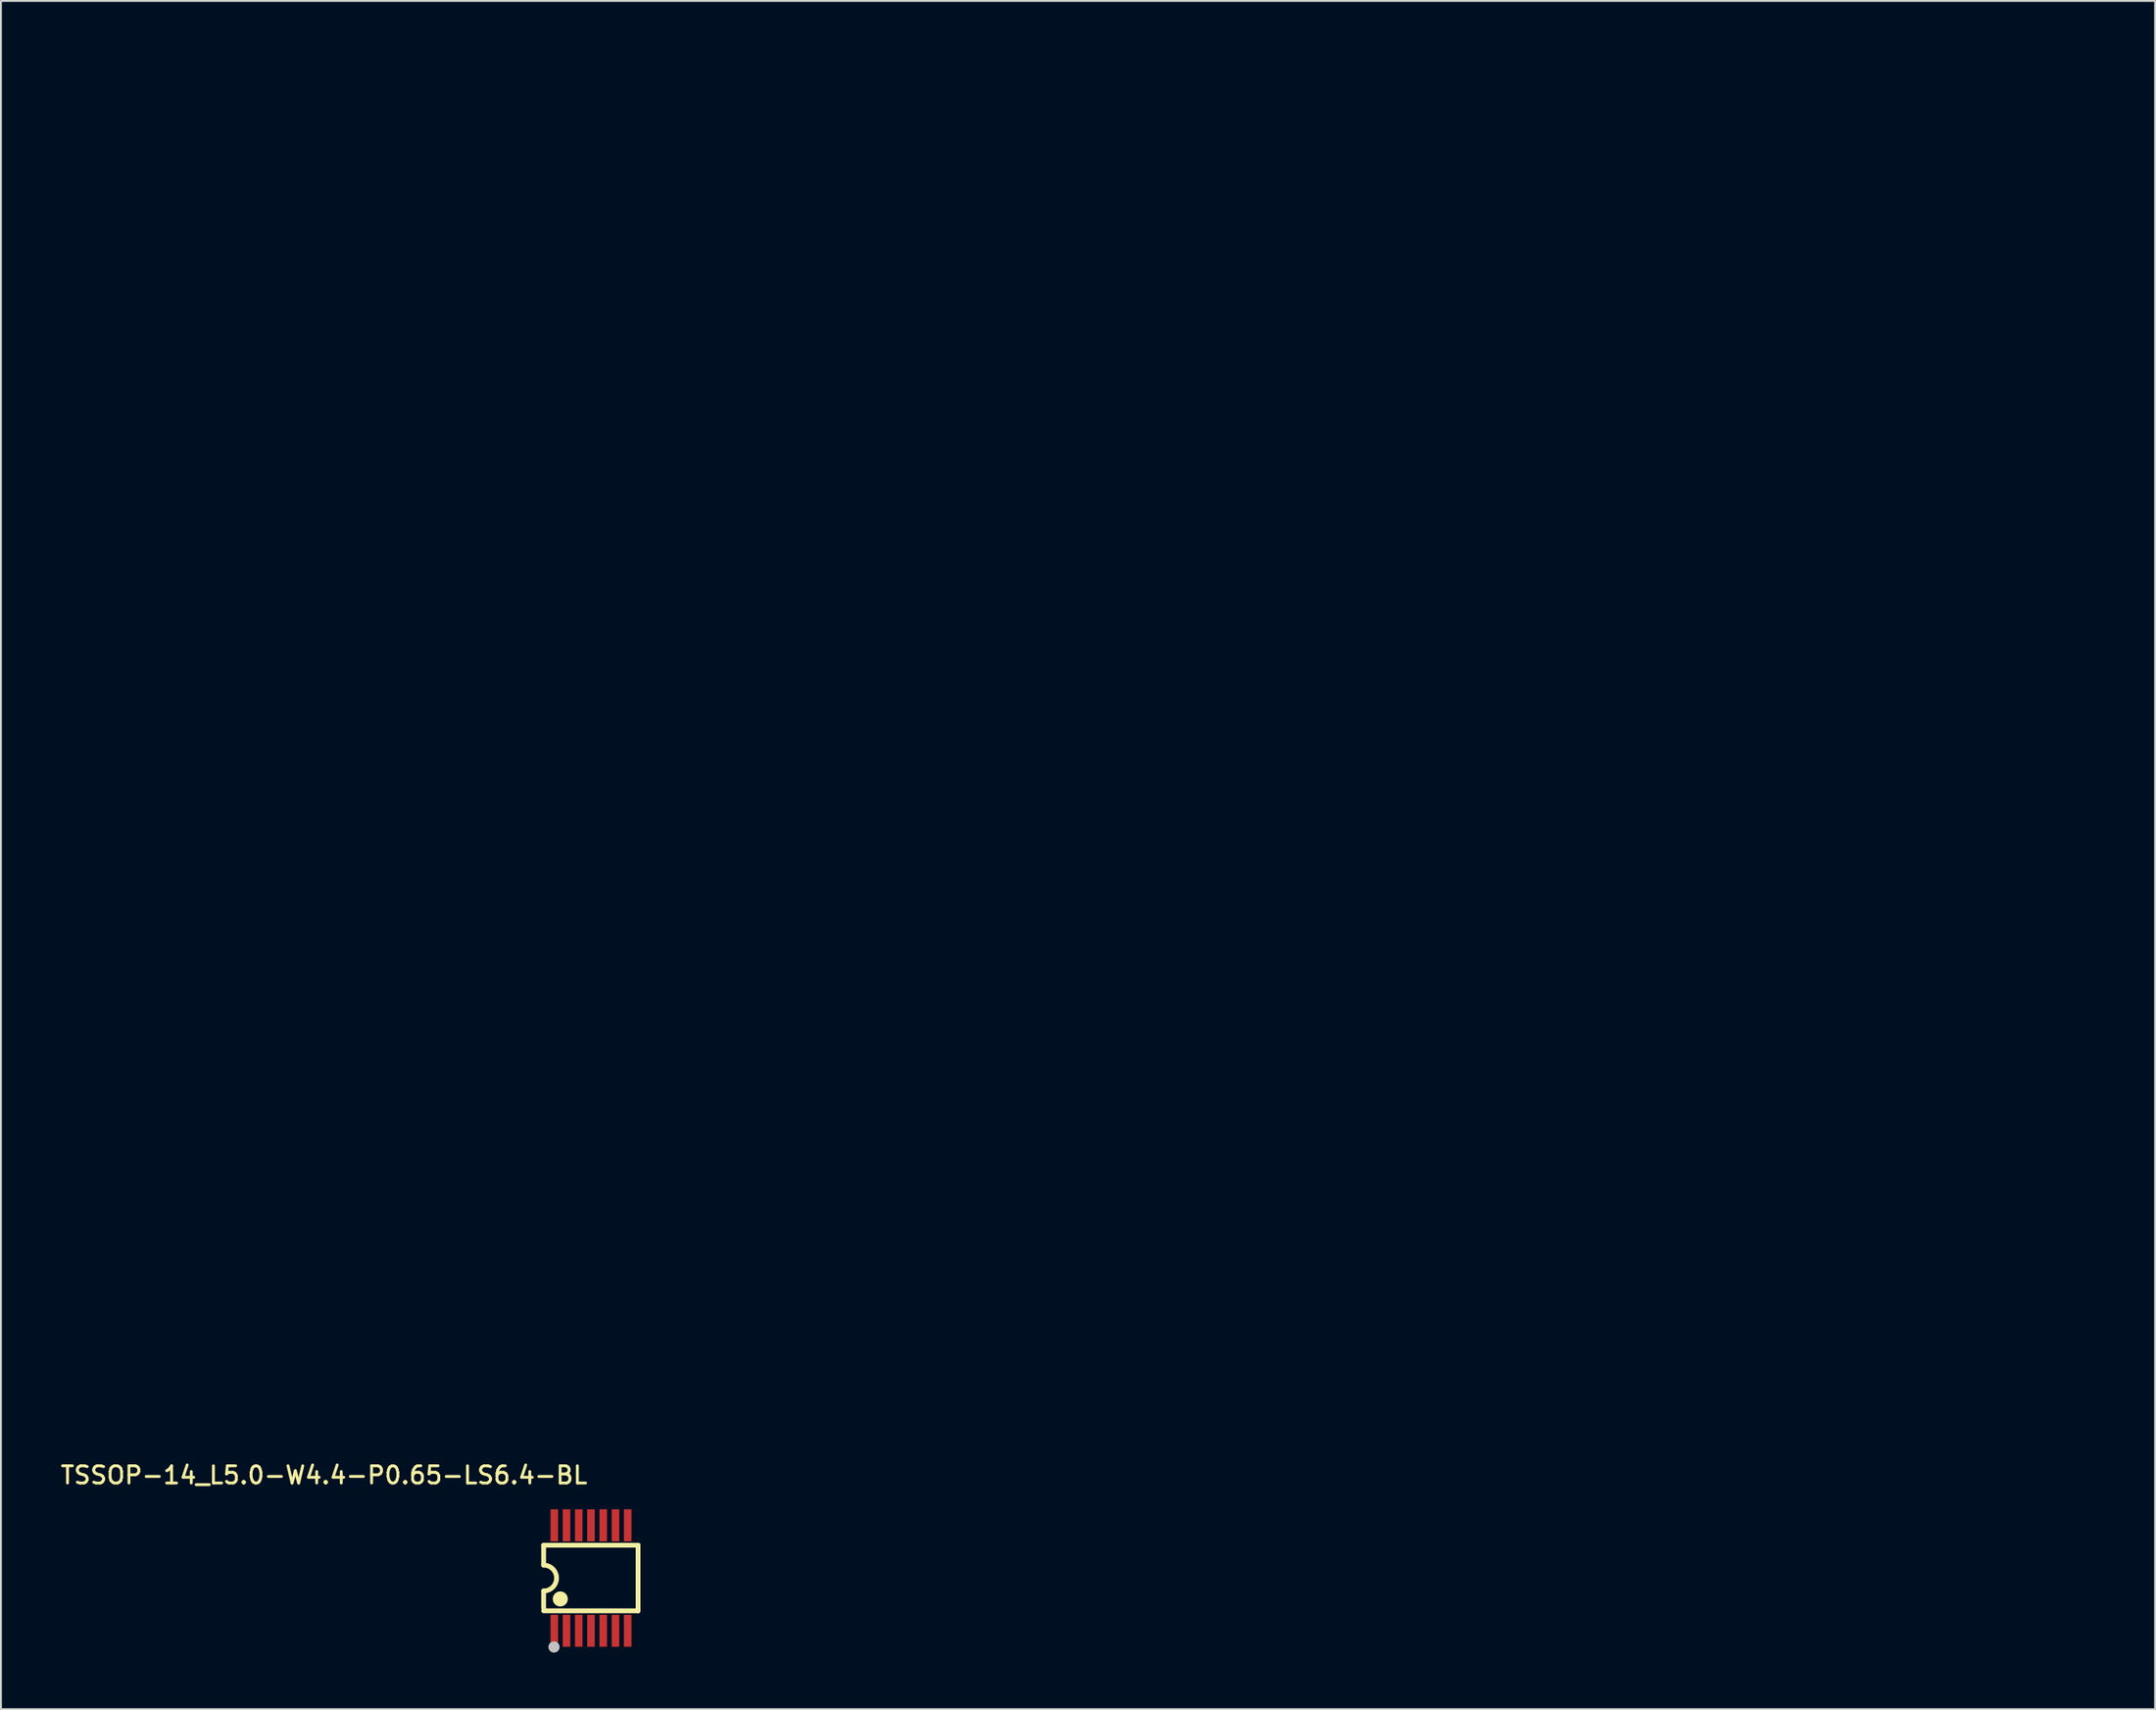
<source format=kicad_pcb>
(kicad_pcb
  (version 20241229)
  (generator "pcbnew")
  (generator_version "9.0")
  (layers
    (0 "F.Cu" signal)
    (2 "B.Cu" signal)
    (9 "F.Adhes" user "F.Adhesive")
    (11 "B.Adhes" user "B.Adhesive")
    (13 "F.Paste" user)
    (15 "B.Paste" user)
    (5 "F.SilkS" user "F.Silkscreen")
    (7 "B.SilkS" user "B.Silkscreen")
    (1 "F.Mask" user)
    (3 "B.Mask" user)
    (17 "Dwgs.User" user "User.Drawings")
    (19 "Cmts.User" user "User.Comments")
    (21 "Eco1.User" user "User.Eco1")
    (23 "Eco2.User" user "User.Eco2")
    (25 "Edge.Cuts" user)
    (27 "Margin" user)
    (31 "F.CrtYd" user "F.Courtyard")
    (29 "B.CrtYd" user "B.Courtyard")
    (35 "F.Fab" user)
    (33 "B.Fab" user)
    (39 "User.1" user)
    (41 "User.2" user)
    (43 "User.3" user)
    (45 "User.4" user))
  (footprint "TSSOP-14_L5.0-W4.4-P0.65-LS6.4-BL"
    (layer "F.Cu")
    (at 28.33 80.75)
    (property "Reference" "TSSOP-14_L5.0-W4.4-P0.65-LS6.4-BL" (at -0.102 -4.928 0) (layer "F.SilkS") (effects (font (size 0.914 0.914) (thickness 0.152)) (justify right bottom)))
    (fp_line (start -2.515 -1.743) (end 2.5 -1.743) (stroke (width 0.254) (type default)) (layer "F.SilkS"))
    (fp_line (start -2.515 -0.686) (end -2.515 -1.743) (stroke (width 0.254) (type default)) (layer "F.SilkS"))
    (fp_line (start -2.515 1.6) (end -2.515 0.686) (stroke (width 0.254) (type default)) (layer "F.SilkS"))
    (fp_line (start -2.515 1.74) (end 2.5 1.74) (stroke (width 0.254) (type default)) (layer "F.SilkS"))
    (fp_line (start 2.5 -1.743) (end 2.5 1.74) (stroke (width 0.254) (type default)) (layer "F.SilkS"))
    (fp_arc (start -2.5146 -0.6858) (mid -1.8288 0) (end -2.5146 0.6858) (stroke (width 0.254) (type default)) (layer "F.SilkS"))
    (fp_circle (center -1.63 1.11) (end -1.43 1.11) (stroke (width 0.4) (type default)) (fill no) (layer "F.SilkS"))
    (fp_circle (center -1.964 3.662) (end -1.814 3.662) (stroke (width 0.3) (type default)) (fill no) (layer "Dwgs.User"))
    (fp_circle (center -2.03 2.62) (end -2 2.62) (stroke (width 0.06) (type default)) (fill no) (layer "User.5"))
    (pad "1" smd rect (at -1.95 2.8 180) (size 0.4 1.7) (layers "F.Cu" "F.Mask" "F.Paste"))
    (pad "2" smd rect (at -1.3 2.8 180) (size 0.4 1.7) (layers "F.Cu" "F.Mask" "F.Paste"))
    (pad "3" smd rect (at -0.65 2.8 180) (size 0.4 1.7) (layers "F.Cu" "F.Mask" "F.Paste"))
    (pad "4" smd rect (at 0 2.8 180) (size 0.4 1.7) (layers "F.Cu" "F.Mask" "F.Paste"))
    (pad "5" smd rect (at 0.65 2.8 180) (size 0.4 1.7) (layers "F.Cu" "F.Mask" "F.Paste"))
    (pad "6" smd rect (at 1.3 2.8 180) (size 0.4 1.7) (layers "F.Cu" "F.Mask" "F.Paste"))
    (pad "7" smd rect (at 1.95 2.8 180) (size 0.4 1.7) (layers "F.Cu" "F.Mask" "F.Paste"))
    (pad "8" smd rect (at 1.95 -2.8 180) (size 0.4 1.7) (layers "F.Cu" "F.Mask" "F.Paste"))
    (pad "9" smd rect (at 1.3 -2.8 180) (size 0.4 1.7) (layers "F.Cu" "F.Mask" "F.Paste"))
    (pad "10" smd rect (at 0.65 -2.8 180) (size 0.4 1.7) (layers "F.Cu" "F.Mask" "F.Paste"))
    (pad "11" smd rect (at 0 -2.8 180) (size 0.4 1.7) (layers "F.Cu" "F.Mask" "F.Paste"))
    (pad "12" smd rect (at -0.65 -2.8 180) (size 0.4 1.7) (layers "F.Cu" "F.Mask" "F.Paste"))
    (pad "13" smd rect (at -1.3 -2.8 180) (size 0.4 1.7) (layers "F.Cu" "F.Mask" "F.Paste"))
    (pad "14" smd rect (at -1.95 -2.8 180) (size 0.4 1.7) (layers "F.Cu" "F.Mask" "F.Paste"))
    (zone (net_name "") (layer "User.3") (hatch edge 0.5) (priority 100) (connect_pads yes) (min_thickness 0) (filled_areas_thickness no) (fill yes) (polygon (pts (xy 108.38 5.4) (xy 108.38 1) (xy 103.38 1) (xy 103.38 5.4))) (filled_polygon (layer "User.3") (island) (pts (xy 108.38 5.4) (xy 108.38 1) (xy 103.38 1) (xy 103.38 5.4))))
    (zone (net_name "") (layer "User.4") (hatch edge 0.5) (priority 100) (connect_pads yes) (min_thickness 0) (filled_areas_thickness no) (fill yes) (polygon (pts (xy 104.053 0) (xy 104.053 0.6) (xy 103.808 0.6) (xy 103.808 0))) (filled_polygon (layer "User.4") (island) (pts (xy 104.053 0) (xy 104.053 0.6) (xy 103.808 0.6) (xy 103.808 0))))
    (zone (net_name "") (layer "User.4") (hatch edge 0.5) (priority 100) (connect_pads) (min_thickness 0) (filled_areas_thickness no) (keepout (tracks allowed) (vias allowed) (pads allowed) (copperpour not_allowed) (footprints allowed)) (placement (enabled no)) (fill) (polygon (pts (xy 104.053 0.59) (xy 104.053 1.01) (xy 103.808 1.01) (xy 103.808 0.59))))
    (zone (net_name "") (layer "User.4") (hatch edge 0.5) (priority 100) (connect_pads) (min_thickness 0) (filled_areas_thickness no) (keepout (tracks allowed) (vias allowed) (pads allowed) (copperpour not_allowed) (footprints allowed)) (placement (enabled no)) (fill) (polygon (pts (xy 104.053 5.39) (xy 104.053 5.81) (xy 103.808 5.81) (xy 103.808 5.39))))
    (zone (net_name "") (layer "User.4") (hatch edge 0.5) (priority 100) (connect_pads yes) (min_thickness 0) (filled_areas_thickness no) (fill yes) (polygon (pts (xy 104.053 5.8) (xy 104.053 6.4) (xy 103.808 6.4) (xy 103.808 5.8))) (filled_polygon (layer "User.4") (island) (pts (xy 104.053 5.8) (xy 104.053 6.4) (xy 103.808 6.4) (xy 103.808 5.8))))
    (zone (net_name "") (layer "User.4") (hatch edge 0.5) (priority 100) (connect_pads yes) (min_thickness 0) (filled_areas_thickness no) (fill yes) (polygon (pts (xy 104.703 0) (xy 104.703 0.6) (xy 104.458 0.6) (xy 104.458 0))) (filled_polygon (layer "User.4") (island) (pts (xy 104.703 0) (xy 104.703 0.6) (xy 104.458 0.6) (xy 104.458 0))))
    (zone (net_name "") (layer "User.4") (hatch edge 0.5) (priority 100) (connect_pads) (min_thickness 0) (filled_areas_thickness no) (keepout (tracks allowed) (vias allowed) (pads allowed) (copperpour not_allowed) (footprints allowed)) (placement (enabled no)) (fill) (polygon (pts (xy 104.703 0.59) (xy 104.703 1.01) (xy 104.458 1.01) (xy 104.458 0.59))))
    (zone (net_name "") (layer "User.4") (hatch edge 0.5) (priority 100) (connect_pads) (min_thickness 0) (filled_areas_thickness no) (keepout (tracks allowed) (vias allowed) (pads allowed) (copperpour not_allowed) (footprints allowed)) (placement (enabled no)) (fill) (polygon (pts (xy 104.703 5.39) (xy 104.703 5.81) (xy 104.458 5.81) (xy 104.458 5.39))))
    (zone (net_name "") (layer "User.4") (hatch edge 0.5) (priority 100) (connect_pads yes) (min_thickness 0) (filled_areas_thickness no) (fill yes) (polygon (pts (xy 104.703 5.8) (xy 104.703 6.4) (xy 104.458 6.4) (xy 104.458 5.8))) (filled_polygon (layer "User.4") (island) (pts (xy 104.703 5.8) (xy 104.703 6.4) (xy 104.458 6.4) (xy 104.458 5.8))))
    (zone (net_name "") (layer "User.4") (hatch edge 0.5) (priority 100) (connect_pads yes) (min_thickness 0) (filled_areas_thickness no) (fill yes) (polygon (pts (xy 105.353 0) (xy 105.353 0.6) (xy 105.108 0.6) (xy 105.108 0))) (filled_polygon (layer "User.4") (island) (pts (xy 105.353 0) (xy 105.353 0.6) (xy 105.108 0.6) (xy 105.108 0))))
    (zone (net_name "") (layer "User.4") (hatch edge 0.5) (priority 100) (connect_pads) (min_thickness 0) (filled_areas_thickness no) (keepout (tracks allowed) (vias allowed) (pads allowed) (copperpour not_allowed) (footprints allowed)) (placement (enabled no)) (fill) (polygon (pts (xy 105.353 0.59) (xy 105.353 1.01) (xy 105.108 1.01) (xy 105.108 0.59))))
    (zone (net_name "") (layer "User.4") (hatch edge 0.5) (priority 100) (connect_pads) (min_thickness 0) (filled_areas_thickness no) (keepout (tracks allowed) (vias allowed) (pads allowed) (copperpour not_allowed) (footprints allowed)) (placement (enabled no)) (fill) (polygon (pts (xy 105.353 5.39) (xy 105.353 5.81) (xy 105.108 5.81) (xy 105.108 5.39))))
    (zone (net_name "") (layer "User.4") (hatch edge 0.5) (priority 100) (connect_pads yes) (min_thickness 0) (filled_areas_thickness no) (fill yes) (polygon (pts (xy 105.353 5.8) (xy 105.353 6.4) (xy 105.108 6.4) (xy 105.108 5.8))) (filled_polygon (layer "User.4") (island) (pts (xy 105.353 5.8) (xy 105.353 6.4) (xy 105.108 6.4) (xy 105.108 5.8))))
    (zone (net_name "") (layer "User.4") (hatch edge 0.5) (priority 100) (connect_pads yes) (min_thickness 0) (filled_areas_thickness no) (fill yes) (polygon (pts (xy 106.003 0) (xy 106.003 0.6) (xy 105.758 0.6) (xy 105.758 0))) (filled_polygon (layer "User.4") (island) (pts (xy 106.003 0) (xy 106.003 0.6) (xy 105.758 0.6) (xy 105.758 0))))
    (zone (net_name "") (layer "User.4") (hatch edge 0.5) (priority 100) (connect_pads) (min_thickness 0) (filled_areas_thickness no) (keepout (tracks allowed) (vias allowed) (pads allowed) (copperpour not_allowed) (footprints allowed)) (placement (enabled no)) (fill) (polygon (pts (xy 106.003 0.59) (xy 106.003 1.01) (xy 105.758 1.01) (xy 105.758 0.59))))
    (zone (net_name "") (layer "User.4") (hatch edge 0.5) (priority 100) (connect_pads) (min_thickness 0) (filled_areas_thickness no) (keepout (tracks allowed) (vias allowed) (pads allowed) (copperpour not_allowed) (footprints allowed)) (placement (enabled no)) (fill) (polygon (pts (xy 106.003 5.39) (xy 106.003 5.81) (xy 105.758 5.81) (xy 105.758 5.39))))
    (zone (net_name "") (layer "User.4") (hatch edge 0.5) (priority 100) (connect_pads yes) (min_thickness 0) (filled_areas_thickness no) (fill yes) (polygon (pts (xy 106.003 5.8) (xy 106.003 6.4) (xy 105.758 6.4) (xy 105.758 5.8))) (filled_polygon (layer "User.4") (island) (pts (xy 106.003 5.8) (xy 106.003 6.4) (xy 105.758 6.4) (xy 105.758 5.8))))
    (zone (net_name "") (layer "User.4") (hatch edge 0.5) (priority 100) (connect_pads yes) (min_thickness 0) (filled_areas_thickness no) (fill yes) (polygon (pts (xy 106.653 0) (xy 106.653 0.6) (xy 106.408 0.6) (xy 106.408 0))) (filled_polygon (layer "User.4") (island) (pts (xy 106.653 0) (xy 106.653 0.6) (xy 106.408 0.6) (xy 106.408 0))))
    (zone (net_name "") (layer "User.4") (hatch edge 0.5) (priority 100) (connect_pads) (min_thickness 0) (filled_areas_thickness no) (keepout (tracks allowed) (vias allowed) (pads allowed) (copperpour not_allowed) (footprints allowed)) (placement (enabled no)) (fill) (polygon (pts (xy 106.653 0.59) (xy 106.653 1.01) (xy 106.408 1.01) (xy 106.408 0.59))))
    (zone (net_name "") (layer "User.4") (hatch edge 0.5) (priority 100) (connect_pads) (min_thickness 0) (filled_areas_thickness no) (keepout (tracks allowed) (vias allowed) (pads allowed) (copperpour not_allowed) (footprints allowed)) (placement (enabled no)) (fill) (polygon (pts (xy 106.653 5.39) (xy 106.653 5.81) (xy 106.408 5.81) (xy 106.408 5.39))))
    (zone (net_name "") (layer "User.4") (hatch edge 0.5) (priority 100) (connect_pads yes) (min_thickness 0) (filled_areas_thickness no) (fill yes) (polygon (pts (xy 106.653 5.8) (xy 106.653 6.4) (xy 106.408 6.4) (xy 106.408 5.8))) (filled_polygon (layer "User.4") (island) (pts (xy 106.653 5.8) (xy 106.653 6.4) (xy 106.408 6.4) (xy 106.408 5.8))))
    (zone (net_name "") (layer "User.4") (hatch edge 0.5) (priority 100) (connect_pads yes) (min_thickness 0) (filled_areas_thickness no) (fill yes) (polygon (pts (xy 107.303 0) (xy 107.303 0.6) (xy 107.058 0.6) (xy 107.058 0))) (filled_polygon (layer "User.4") (island) (pts (xy 107.303 0) (xy 107.303 0.6) (xy 107.058 0.6) (xy 107.058 0))))
    (zone (net_name "") (layer "User.4") (hatch edge 0.5) (priority 100) (connect_pads) (min_thickness 0) (filled_areas_thickness no) (keepout (tracks allowed) (vias allowed) (pads allowed) (copperpour not_allowed) (footprints allowed)) (placement (enabled no)) (fill) (polygon (pts (xy 107.303 0.59) (xy 107.303 1.01) (xy 107.058 1.01) (xy 107.058 0.59))))
    (zone (net_name "") (layer "User.4") (hatch edge 0.5) (priority 100) (connect_pads) (min_thickness 0) (filled_areas_thickness no) (keepout (tracks allowed) (vias allowed) (pads allowed) (copperpour not_allowed) (footprints allowed)) (placement (enabled no)) (fill) (polygon (pts (xy 107.303 5.39) (xy 107.303 5.81) (xy 107.058 5.81) (xy 107.058 5.39))))
    (zone (net_name "") (layer "User.4") (hatch edge 0.5) (priority 100) (connect_pads yes) (min_thickness 0) (filled_areas_thickness no) (fill yes) (polygon (pts (xy 107.303 5.8) (xy 107.303 6.4) (xy 107.058 6.4) (xy 107.058 5.8))) (filled_polygon (layer "User.4") (island) (pts (xy 107.303 5.8) (xy 107.303 6.4) (xy 107.058 6.4) (xy 107.058 5.8))))
    (zone (net_name "") (layer "User.4") (hatch edge 0.5) (priority 100) (connect_pads yes) (min_thickness 0) (filled_areas_thickness no) (fill yes) (polygon (pts (xy 107.953 0) (xy 107.953 0.6) (xy 107.708 0.6) (xy 107.708 0))) (filled_polygon (layer "User.4") (island) (pts (xy 107.953 0) (xy 107.953 0.6) (xy 107.708 0.6) (xy 107.708 0))))
    (zone (net_name "") (layer "User.4") (hatch edge 0.5) (priority 100) (connect_pads) (min_thickness 0) (filled_areas_thickness no) (keepout (tracks allowed) (vias allowed) (pads allowed) (copperpour not_allowed) (footprints allowed)) (placement (enabled no)) (fill) (polygon (pts (xy 107.953 0.59) (xy 107.953 1.01) (xy 107.708 1.01) (xy 107.708 0.59))))
    (zone (net_name "") (layer "User.4") (hatch edge 0.5) (priority 100) (connect_pads) (min_thickness 0) (filled_areas_thickness no) (keepout (tracks allowed) (vias allowed) (pads allowed) (copperpour not_allowed) (footprints allowed)) (placement (enabled no)) (fill) (polygon (pts (xy 107.953 5.39) (xy 107.953 5.81) (xy 107.708 5.81) (xy 107.708 5.39))))
    (zone (net_name "") (layer "User.4") (hatch edge 0.5) (priority 100) (connect_pads yes) (min_thickness 0) (filled_areas_thickness no) (fill yes) (polygon (pts (xy 107.953 5.8) (xy 107.953 6.4) (xy 107.708 6.4) (xy 107.708 5.8))) (filled_polygon (layer "User.4") (island) (pts (xy 107.953 5.8) (xy 107.953 6.4) (xy 107.708 6.4) (xy 107.708 5.8)))))
  (gr_rect
    (start -3 -3)
    (end 111.38 87.712)
    (stroke (width 0.1) (type default))
    (fill no)
    (layer "Edge.Cuts")))
</source>
